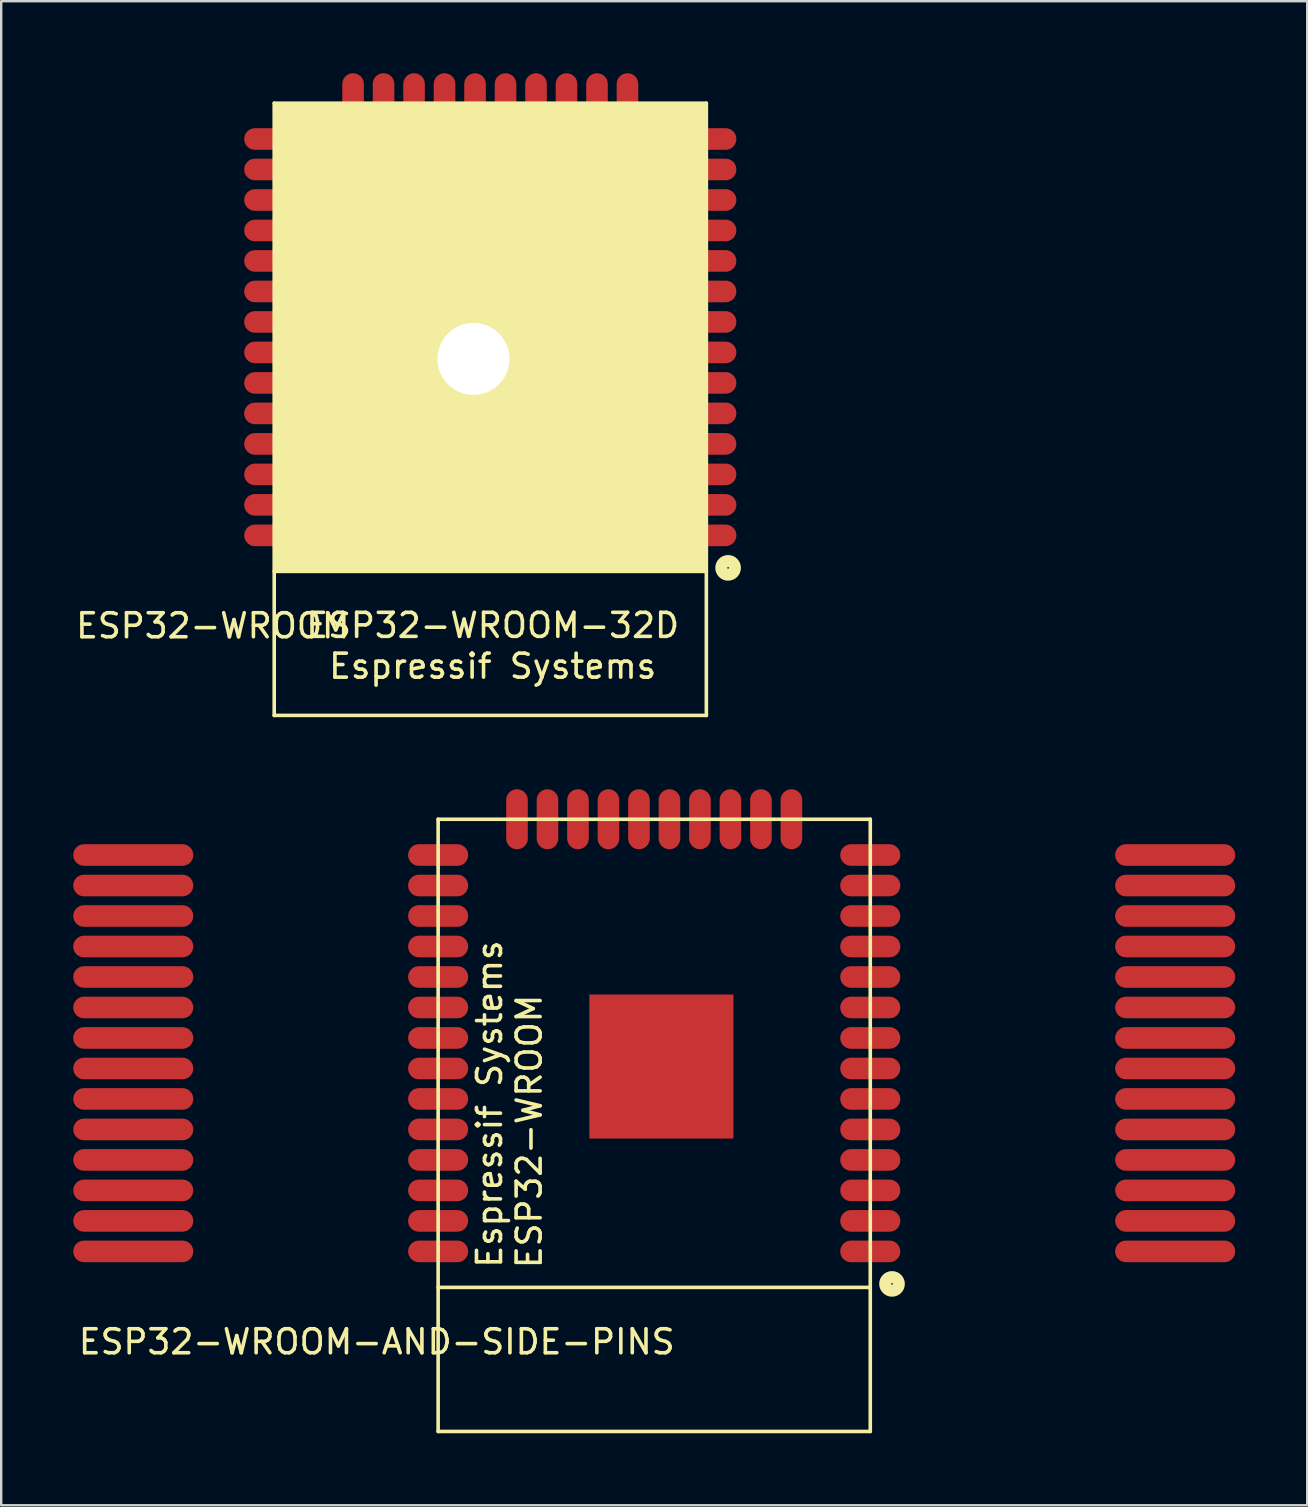
<source format=kicad_pcb>
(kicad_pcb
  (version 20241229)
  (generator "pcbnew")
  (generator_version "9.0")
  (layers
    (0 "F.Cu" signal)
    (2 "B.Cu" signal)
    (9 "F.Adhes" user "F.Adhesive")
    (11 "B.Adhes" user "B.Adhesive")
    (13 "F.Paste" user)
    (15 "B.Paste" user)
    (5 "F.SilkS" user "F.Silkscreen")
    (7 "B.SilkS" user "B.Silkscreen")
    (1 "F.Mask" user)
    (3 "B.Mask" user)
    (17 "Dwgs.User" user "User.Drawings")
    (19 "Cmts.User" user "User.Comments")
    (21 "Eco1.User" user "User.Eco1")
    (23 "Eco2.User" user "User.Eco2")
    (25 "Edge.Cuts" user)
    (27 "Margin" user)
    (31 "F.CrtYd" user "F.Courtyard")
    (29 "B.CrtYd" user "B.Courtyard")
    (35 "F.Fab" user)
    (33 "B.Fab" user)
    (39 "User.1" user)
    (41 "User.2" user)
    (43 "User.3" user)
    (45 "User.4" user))
  (footprint "ESP32-WROOM"
    (layer "F.Cu")
    (at 17.372 14)
    (property "Reference" "ESP32-WROOM" (at -11.557 9.017 0) (layer "F.SilkS") (effects (font (size 1 1) (thickness 0.15))))
    (attr through_hole)
    (fp_line (start -9 -12.75) (end 9 -12.75) (stroke (width 0.15) (type solid)) (layer "F.SilkS"))
    (fp_line (start -9 6.75) (end 9 6.75) (stroke (width 0.15) (type solid)) (layer "F.SilkS"))
    (fp_line (start -9 12.75) (end -9 -12.75) (stroke (width 0.15) (type solid)) (layer "F.SilkS"))
    (fp_line (start -9 12.75) (end 9 12.75) (stroke (width 0.15) (type solid)) (layer "F.SilkS"))
    (fp_line (start 9 12.75) (end 9 -12.75) (stroke (width 0.15) (type solid)) (layer "F.SilkS"))
    (fp_circle (center 9.906 6.604) (end 10.033 6.858) (stroke (width 0.5) (type solid)) (fill no) (layer "F.SilkS"))
    (fp_poly (pts (xy -9 -12.75) (xy 9 -12.75) (xy 9 6.75) (xy -9 6.75)) (stroke (width 0.1) (type solid)) (fill yes) (layer "F.SilkS"))
    (fp_text user "ESP32-WROOM-32D" (at 0.1 9 180) (layer "F.SilkS") (effects (font (size 1 1) (thickness 0.15))))
    (fp_text user "Espressif Systems" (at 0.1 10.7 180) (layer "F.SilkS") (effects (font (size 1 1) (thickness 0.15))))
    (pad "1" smd oval (at 9 5.25) (size 2.5 0.9) (layers "F.Cu" "F.Mask" "F.Paste"))
    (pad "2" smd oval (at 9 3.98) (size 2.5 0.9) (layers "F.Cu" "F.Mask" "F.Paste"))
    (pad "3" smd oval (at 9 2.71) (size 2.5 0.9) (layers "F.Cu" "F.Mask" "F.Paste"))
    (pad "4" smd oval (at 9 1.44) (size 2.5 0.9) (layers "F.Cu" "F.Mask" "F.Paste"))
    (pad "5" smd oval (at 9 0.17) (size 2.5 0.9) (layers "F.Cu" "F.Mask" "F.Paste"))
    (pad "6" smd oval (at 9 -1.1) (size 2.5 0.9) (layers "F.Cu" "F.Mask" "F.Paste"))
    (pad "7" smd oval (at 9 -2.37) (size 2.5 0.9) (layers "F.Cu" "F.Mask" "F.Paste"))
    (pad "8" smd oval (at 9 -3.64) (size 2.5 0.9) (layers "F.Cu" "F.Mask" "F.Paste"))
    (pad "9" smd oval (at 9 -4.91) (size 2.5 0.9) (layers "F.Cu" "F.Mask" "F.Paste"))
    (pad "10" smd oval (at 9 -6.18) (size 2.5 0.9) (layers "F.Cu" "F.Mask" "F.Paste"))
    (pad "11" smd oval (at 9 -7.45) (size 2.5 0.9) (layers "F.Cu" "F.Mask" "F.Paste"))
    (pad "12" smd oval (at 9 -8.72) (size 2.5 0.9) (layers "F.Cu" "F.Mask" "F.Paste"))
    (pad "13" smd oval (at 9 -9.99) (size 2.5 0.9) (layers "F.Cu" "F.Mask" "F.Paste"))
    (pad "14" smd oval (at 9 -11.26) (size 2.5 0.9) (layers "F.Cu" "F.Mask" "F.Paste"))
    (pad "15" smd oval (at 5.715 -12.75) (size 0.9 2.5) (layers "F.Cu" "F.Mask" "F.Paste"))
    (pad "16" smd oval (at 4.445 -12.75) (size 0.9 2.5) (layers "F.Cu" "F.Mask" "F.Paste"))
    (pad "17" smd oval (at 3.175 -12.75) (size 0.9 2.5) (layers "F.Cu" "F.Mask" "F.Paste"))
    (pad "18" smd oval (at 1.905 -12.75) (size 0.9 2.5) (layers "F.Cu" "F.Mask" "F.Paste"))
    (pad "19" smd oval (at 0.635 -12.75) (size 0.9 2.5) (layers "F.Cu" "F.Mask" "F.Paste"))
    (pad "20" smd oval (at -0.635 -12.75) (size 0.9 2.5) (layers "F.Cu" "F.Mask" "F.Paste"))
    (pad "21" smd oval (at -1.905 -12.75) (size 0.9 2.5) (layers "F.Cu" "F.Mask" "F.Paste"))
    (pad "22" smd oval (at -3.175 -12.75) (size 0.9 2.5) (layers "F.Cu" "F.Mask" "F.Paste"))
    (pad "23" smd oval (at -4.445 -12.75) (size 0.9 2.5) (layers "F.Cu" "F.Mask" "F.Paste"))
    (pad "24" smd oval (at -5.715 -12.75) (size 0.9 2.5) (layers "F.Cu" "F.Mask" "F.Paste"))
    (pad "25" smd oval (at -9 -11.26) (size 2.5 0.9) (layers "F.Cu" "F.Mask" "F.Paste"))
    (pad "26" smd oval (at -9 -9.99) (size 2.5 0.9) (layers "F.Cu" "F.Mask" "F.Paste"))
    (pad "27" smd oval (at -9 -8.72) (size 2.5 0.9) (layers "F.Cu" "F.Mask" "F.Paste"))
    (pad "28" smd oval (at -9 -7.45) (size 2.5 0.9) (layers "F.Cu" "F.Mask" "F.Paste"))
    (pad "29" smd oval (at -9 -6.18) (size 2.5 0.9) (layers "F.Cu" "F.Mask" "F.Paste"))
    (pad "30" smd oval (at -9 -4.91) (size 2.5 0.9) (layers "F.Cu" "F.Mask" "F.Paste"))
    (pad "31" smd oval (at -9 -3.64) (size 2.5 0.9) (layers "F.Cu" "F.Mask" "F.Paste"))
    (pad "32" smd oval (at -9 -2.37) (size 2.5 0.9) (layers "F.Cu" "F.Mask" "F.Paste"))
    (pad "33" smd oval (at -9 -1.1) (size 2.5 0.9) (layers "F.Cu" "F.Mask" "F.Paste"))
    (pad "34" smd oval (at -9 0.17) (size 2.5 0.9) (layers "F.Cu" "F.Mask" "F.Paste"))
    (pad "35" smd oval (at -9 1.44) (size 2.5 0.9) (layers "F.Cu" "F.Mask" "F.Paste"))
    (pad "36" smd oval (at -9 2.71) (size 2.5 0.9) (layers "F.Cu" "F.Mask" "F.Paste"))
    (pad "37" smd oval (at -9 3.98) (size 2.5 0.9) (layers "F.Cu" "F.Mask" "F.Paste"))
    (pad "38" smd oval (at -9 5.25) (size 2.5 0.9) (layers "F.Cu" "F.Mask" "F.Paste"))
    (pad "39" thru_hole circle (at -0.7 -2.1) (size 3.5 3.5) (drill 3) (layers "*.Cu" "*.Mask"))
    (pad "39" smd rect (at -0.7 -2.1) (size 4 4) (layers "F.Cu" "F.Mask" "F.Paste")))
  (footprint "ESP32-WROOM-AND-SIDE-PINS"
    (layer "F.Cu")
    (at 24.2 43.825)
    (property "Reference" "ESP32-WROOM-AND-SIDE-PINS" (at -11.557 9.017 0) (layer "F.SilkS") (effects (font (size 1 1) (thickness 0.15))))
    (attr through_hole)
    (fp_line (start -9 -12.75) (end 9 -12.75) (stroke (width 0.15) (type solid)) (layer "F.SilkS"))
    (fp_line (start -9 6.75) (end 9 6.75) (stroke (width 0.15) (type solid)) (layer "F.SilkS"))
    (fp_line (start -9 12.75) (end -9 -12.75) (stroke (width 0.15) (type solid)) (layer "F.SilkS"))
    (fp_line (start -9 12.75) (end 9 12.75) (stroke (width 0.15) (type solid)) (layer "F.SilkS"))
    (fp_line (start 9 12.75) (end 9 -12.75) (stroke (width 0.15) (type solid)) (layer "F.SilkS"))
    (fp_circle (center 9.906 6.604) (end 10.033 6.858) (stroke (width 0.5) (type solid)) (fill no) (layer "F.SilkS"))
    (fp_text user "ESP32-WROOM" (at -5.207 0.254 90) (layer "F.SilkS") (effects (font (size 1 1) (thickness 0.15))))
    (fp_text user "Espressif Systems" (at -6.858 -0.889 90) (layer "F.SilkS") (effects (font (size 1 1) (thickness 0.15))))
    (pad "1" smd oval (at 9 5.25) (size 2.5 0.9) (layers "F.Cu" "F.Mask" "F.Paste"))
    (pad "1" smd oval (at 21.7 5.25) (size 5 0.9) (layers "F.Cu" "F.Mask" "F.Paste"))
    (pad "2" smd oval (at 9 3.98) (size 2.5 0.9) (layers "F.Cu" "F.Mask" "F.Paste"))
    (pad "2" smd oval (at 21.7 3.98) (size 5 0.9) (layers "F.Cu" "F.Mask" "F.Paste"))
    (pad "3" smd oval (at 9 2.71) (size 2.5 0.9) (layers "F.Cu" "F.Mask" "F.Paste"))
    (pad "3" smd oval (at 21.7 2.71) (size 5 0.9) (layers "F.Cu" "F.Mask" "F.Paste"))
    (pad "4" smd oval (at 9 1.44) (size 2.5 0.9) (layers "F.Cu" "F.Mask" "F.Paste"))
    (pad "4" smd oval (at 21.7 1.44) (size 5 0.9) (layers "F.Cu" "F.Mask" "F.Paste"))
    (pad "5" smd oval (at 9 0.17) (size 2.5 0.9) (layers "F.Cu" "F.Mask" "F.Paste"))
    (pad "5" smd oval (at 21.7 0.17) (size 5 0.9) (layers "F.Cu" "F.Mask" "F.Paste"))
    (pad "6" smd oval (at 9 -1.1) (size 2.5 0.9) (layers "F.Cu" "F.Mask" "F.Paste"))
    (pad "6" smd oval (at 21.7 -1.1) (size 5 0.9) (layers "F.Cu" "F.Mask" "F.Paste"))
    (pad "7" smd oval (at 9 -2.37) (size 2.5 0.9) (layers "F.Cu" "F.Mask" "F.Paste"))
    (pad "7" smd oval (at 21.7 -2.37) (size 5 0.9) (layers "F.Cu" "F.Mask" "F.Paste"))
    (pad "8" smd oval (at 9 -3.64) (size 2.5 0.9) (layers "F.Cu" "F.Mask" "F.Paste"))
    (pad "8" smd oval (at 21.7 -3.64) (size 5 0.9) (layers "F.Cu" "F.Mask" "F.Paste"))
    (pad "9" smd oval (at 9 -4.91) (size 2.5 0.9) (layers "F.Cu" "F.Mask" "F.Paste"))
    (pad "9" smd oval (at 21.7 -4.91) (size 5 0.9) (layers "F.Cu" "F.Mask" "F.Paste"))
    (pad "10" smd oval (at 9 -6.18) (size 2.5 0.9) (layers "F.Cu" "F.Mask" "F.Paste"))
    (pad "10" smd oval (at 21.7 -6.18) (size 5 0.9) (layers "F.Cu" "F.Mask" "F.Paste"))
    (pad "11" smd oval (at 9 -7.45) (size 2.5 0.9) (layers "F.Cu" "F.Mask" "F.Paste"))
    (pad "11" smd oval (at 21.7 -7.45) (size 5 0.9) (layers "F.Cu" "F.Mask" "F.Paste"))
    (pad "12" smd oval (at 9 -8.72) (size 2.5 0.9) (layers "F.Cu" "F.Mask" "F.Paste"))
    (pad "12" smd oval (at 21.7 -8.72) (size 5 0.9) (layers "F.Cu" "F.Mask" "F.Paste"))
    (pad "13" smd oval (at 9 -9.99) (size 2.5 0.9) (layers "F.Cu" "F.Mask" "F.Paste"))
    (pad "13" smd oval (at 21.7 -9.99) (size 5 0.9) (layers "F.Cu" "F.Mask" "F.Paste"))
    (pad "14" smd oval (at 9 -11.26) (size 2.5 0.9) (layers "F.Cu" "F.Mask" "F.Paste"))
    (pad "14" smd oval (at 21.7 -11.26) (size 5 0.9) (layers "F.Cu" "F.Mask" "F.Paste"))
    (pad "15" smd oval (at 5.715 -12.75) (size 0.9 2.5) (layers "F.Cu" "F.Mask" "F.Paste"))
    (pad "16" smd oval (at 4.445 -12.75) (size 0.9 2.5) (layers "F.Cu" "F.Mask" "F.Paste"))
    (pad "17" smd oval (at 3.175 -12.75) (size 0.9 2.5) (layers "F.Cu" "F.Mask" "F.Paste"))
    (pad "18" smd oval (at 1.905 -12.75) (size 0.9 2.5) (layers "F.Cu" "F.Mask" "F.Paste"))
    (pad "19" smd oval (at 0.635 -12.75) (size 0.9 2.5) (layers "F.Cu" "F.Mask" "F.Paste"))
    (pad "20" smd oval (at -0.635 -12.75) (size 0.9 2.5) (layers "F.Cu" "F.Mask" "F.Paste"))
    (pad "21" smd oval (at -1.905 -12.75) (size 0.9 2.5) (layers "F.Cu" "F.Mask" "F.Paste"))
    (pad "22" smd oval (at -3.175 -12.75) (size 0.9 2.5) (layers "F.Cu" "F.Mask" "F.Paste"))
    (pad "23" smd oval (at -4.445 -12.75) (size 0.9 2.5) (layers "F.Cu" "F.Mask" "F.Paste"))
    (pad "24" smd oval (at -5.715 -12.75) (size 0.9 2.5) (layers "F.Cu" "F.Mask" "F.Paste"))
    (pad "25" smd oval (at -21.7 -11.26) (size 5 0.9) (layers "F.Cu" "F.Mask" "F.Paste"))
    (pad "25" smd oval (at -9 -11.26) (size 2.5 0.9) (layers "F.Cu" "F.Mask" "F.Paste"))
    (pad "26" smd oval (at -21.7 -9.99) (size 5 0.9) (layers "F.Cu" "F.Mask" "F.Paste"))
    (pad "26" smd oval (at -9 -9.99) (size 2.5 0.9) (layers "F.Cu" "F.Mask" "F.Paste"))
    (pad "27" smd oval (at -21.7 -8.72) (size 5 0.9) (layers "F.Cu" "F.Mask" "F.Paste"))
    (pad "27" smd oval (at -9 -8.72) (size 2.5 0.9) (layers "F.Cu" "F.Mask" "F.Paste"))
    (pad "28" smd oval (at -21.7 -7.45) (size 5 0.9) (layers "F.Cu" "F.Mask" "F.Paste"))
    (pad "28" smd oval (at -9 -7.45) (size 2.5 0.9) (layers "F.Cu" "F.Mask" "F.Paste"))
    (pad "29" smd oval (at -21.7 -6.18) (size 5 0.9) (layers "F.Cu" "F.Mask" "F.Paste"))
    (pad "29" smd oval (at -9 -6.18) (size 2.5 0.9) (layers "F.Cu" "F.Mask" "F.Paste"))
    (pad "30" smd oval (at -21.7 -4.91) (size 5 0.9) (layers "F.Cu" "F.Mask" "F.Paste"))
    (pad "30" smd oval (at -9 -4.91) (size 2.5 0.9) (layers "F.Cu" "F.Mask" "F.Paste"))
    (pad "31" smd oval (at -21.7 -3.64) (size 5 0.9) (layers "F.Cu" "F.Mask" "F.Paste"))
    (pad "31" smd oval (at -9 -3.64) (size 2.5 0.9) (layers "F.Cu" "F.Mask" "F.Paste"))
    (pad "32" smd oval (at -21.7 -2.37) (size 5 0.9) (layers "F.Cu" "F.Mask" "F.Paste"))
    (pad "32" smd oval (at -9 -2.37) (size 2.5 0.9) (layers "F.Cu" "F.Mask" "F.Paste"))
    (pad "33" smd oval (at -21.7 -1.1) (size 5 0.9) (layers "F.Cu" "F.Mask" "F.Paste"))
    (pad "33" smd oval (at -9 -1.1) (size 2.5 0.9) (layers "F.Cu" "F.Mask" "F.Paste"))
    (pad "34" smd oval (at -21.7 0.17) (size 5 0.9) (layers "F.Cu" "F.Mask" "F.Paste"))
    (pad "34" smd oval (at -9 0.17) (size 2.5 0.9) (layers "F.Cu" "F.Mask" "F.Paste"))
    (pad "35" smd oval (at -21.7 1.44) (size 5 0.9) (layers "F.Cu" "F.Mask" "F.Paste"))
    (pad "35" smd oval (at -9 1.44) (size 2.5 0.9) (layers "F.Cu" "F.Mask" "F.Paste"))
    (pad "36" smd oval (at -21.7 2.71) (size 5 0.9) (layers "F.Cu" "F.Mask" "F.Paste"))
    (pad "36" smd oval (at -9 2.71) (size 2.5 0.9) (layers "F.Cu" "F.Mask" "F.Paste"))
    (pad "37" smd oval (at -21.7 3.98) (size 5 0.9) (layers "F.Cu" "F.Mask" "F.Paste"))
    (pad "37" smd oval (at -9 3.98) (size 2.5 0.9) (layers "F.Cu" "F.Mask" "F.Paste"))
    (pad "38" smd oval (at -21.7 5.25) (size 5 0.9) (layers "F.Cu" "F.Mask" "F.Paste"))
    (pad "38" smd oval (at -9 5.25) (size 2.5 0.9) (layers "F.Cu" "F.Mask" "F.Paste"))
    (pad "39" smd rect (at 0.3 -2.45) (size 6 6) (layers "F.Cu" "F.Mask" "F.Paste")))
  (gr_rect
    (start -3 -3)
    (end 51.4 59.65)
    (stroke (width 0.1) (type default))
    (fill no)
    (layer "Edge.Cuts")))
</source>
